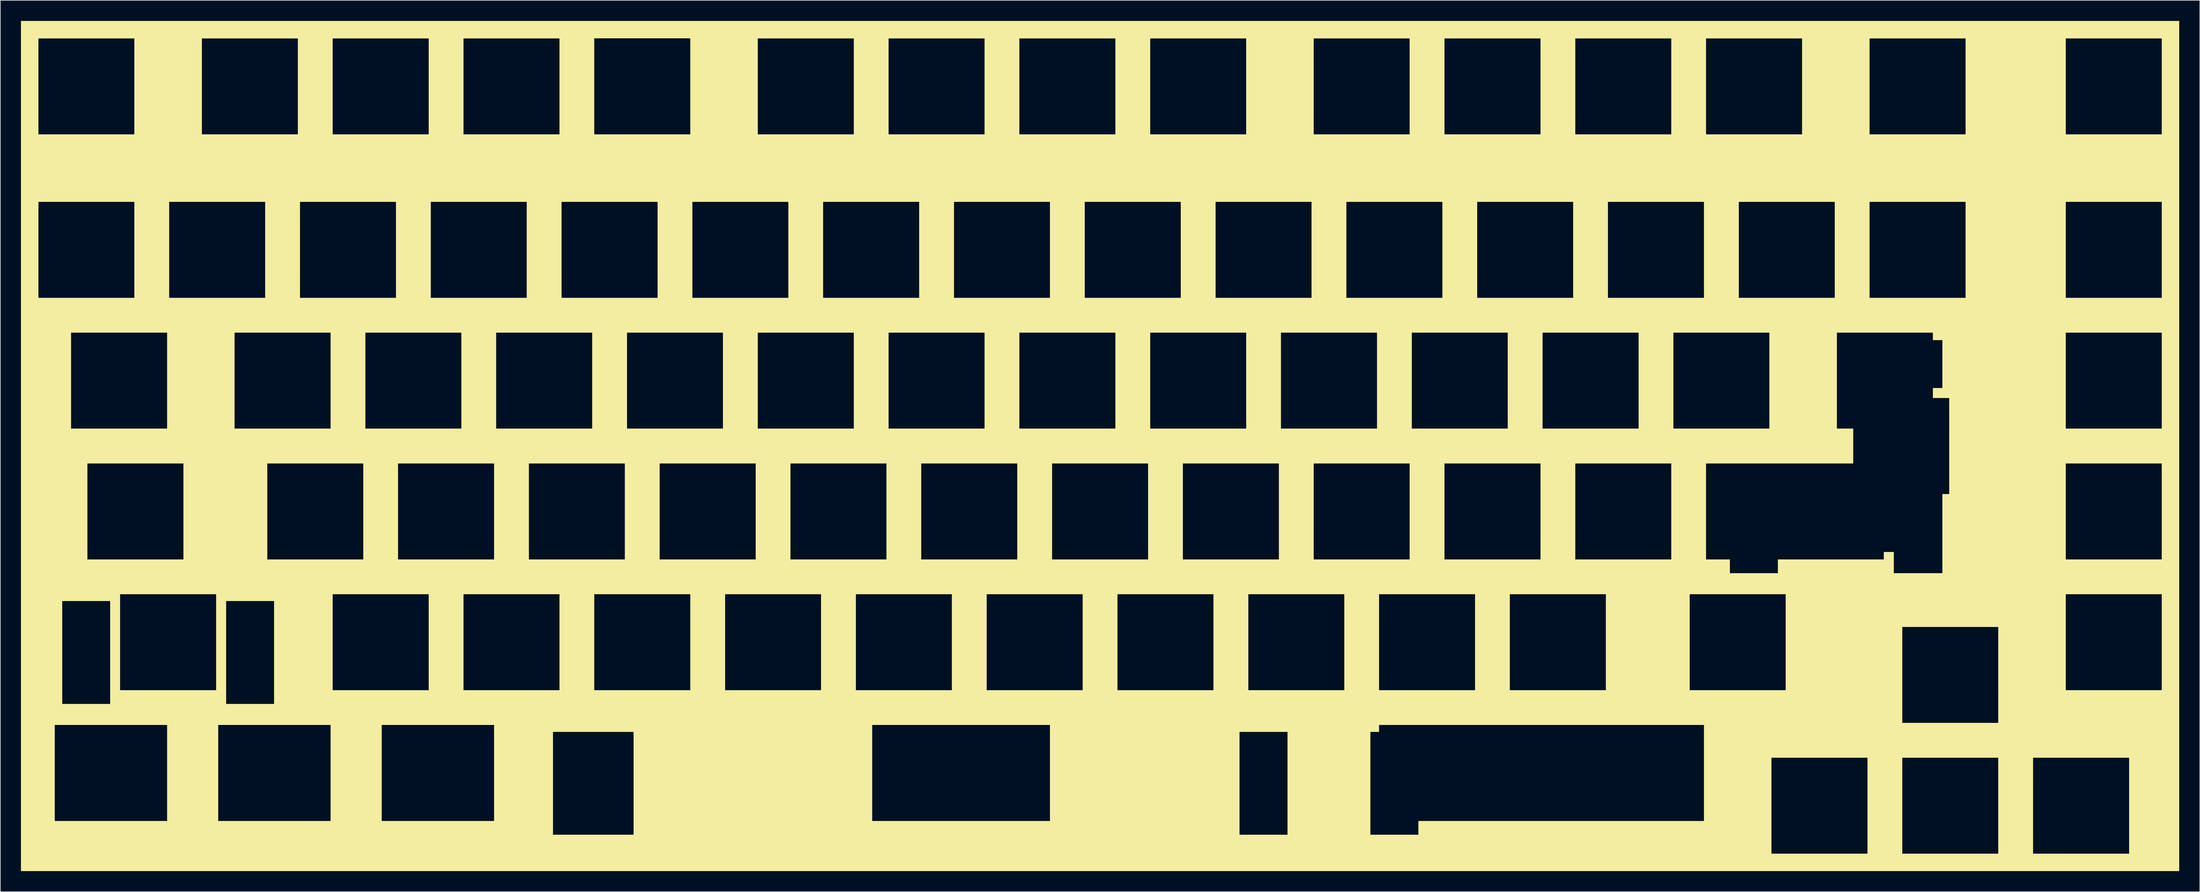
<source format=kicad_pcb>
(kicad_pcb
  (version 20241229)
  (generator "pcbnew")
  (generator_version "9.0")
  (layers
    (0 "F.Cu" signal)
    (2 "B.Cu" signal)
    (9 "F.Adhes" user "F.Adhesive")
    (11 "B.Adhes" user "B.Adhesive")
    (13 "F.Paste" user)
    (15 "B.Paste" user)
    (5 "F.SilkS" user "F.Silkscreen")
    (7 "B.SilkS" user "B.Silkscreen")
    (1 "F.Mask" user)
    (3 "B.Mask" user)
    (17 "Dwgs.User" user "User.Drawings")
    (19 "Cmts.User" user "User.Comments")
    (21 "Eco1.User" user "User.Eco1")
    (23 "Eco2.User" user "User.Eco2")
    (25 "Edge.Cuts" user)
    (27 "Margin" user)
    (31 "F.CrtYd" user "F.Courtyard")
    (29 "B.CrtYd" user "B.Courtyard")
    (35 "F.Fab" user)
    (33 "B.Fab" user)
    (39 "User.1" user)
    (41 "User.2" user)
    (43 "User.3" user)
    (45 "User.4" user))
  (footprint "75"
    (layer "F.Cu")
    (at 157.204 61.933)
    (property "Reference" "75" (at 0 0 0) (layer "F.SilkS") (effects (font (size 1.524 1.524) (thickness 0.3))))
    (attr through_hole)
    (fp_poly (pts (xy 157.21 61.928) (xy -157.199 61.928) (xy -157.199 40.636) (xy -152.285 40.636) (xy -152.285 54.635) (xy -135.907 54.635) (xy -135.907 40.636) (xy -128.467 40.636) (xy -128.467 54.635) (xy -112.089 54.635) (xy -112.089 40.636) (xy -104.649 40.636) (xy -104.649 54.635) (xy -88.271 54.635) (xy -88.271 41.642) (xy -79.7 41.642) (xy -79.7 56.637) (xy -67.953 56.637) (xy -67.953 41.642) (xy -79.7 41.642) (xy -88.271 41.642) (xy -88.271 40.636) (xy -33.196 40.636) (xy -33.196 54.635) (xy -7.293 54.635) (xy -7.293 41.642) (xy 20.318 41.642) (xy 20.318 56.637) (xy 27.318 56.637) (xy 27.318 41.642) (xy 39.378 41.642) (xy 39.378 56.637) (xy 46.378 56.637) (xy 46.378 54.635) (xy 87.988 54.635) (xy 87.988 45.404) (xy 97.807 45.404) (xy 97.807 59.392) (xy 111.806 59.392) (xy 111.806 45.404) (xy 116.867 45.404) (xy 116.867 59.392) (xy 130.856 59.392) (xy 130.856 45.404) (xy 135.917 45.404) (xy 135.917 59.392) (xy 149.917 59.392) (xy 149.917 45.404) (xy 135.917 45.404) (xy 130.856 45.404) (xy 116.867 45.404) (xy 111.806 45.404) (xy 97.807 45.404) (xy 87.988 45.404) (xy 87.988 40.636) (xy 40.646 40.636) (xy 40.646 41.642) (xy 39.378 41.642) (xy 27.318 41.642) (xy 20.318 41.642) (xy -7.293 41.642) (xy -7.293 40.636) (xy -33.196 40.636) (xy -88.271 40.636) (xy -104.649 40.636) (xy -112.089 40.636) (xy -128.467 40.636) (xy -135.907 40.636) (xy -152.285 40.636) (xy -157.199 40.636) (xy -157.199 22.581) (xy -151.195 22.581) (xy -151.195 37.576) (xy -144.206 37.576) (xy -144.206 22.581) (xy -151.195 22.581) (xy -157.199 22.581) (xy -157.199 21.586) (xy -142.76 21.586) (xy -142.76 35.575) (xy -128.76 35.575) (xy -128.76 22.581) (xy -127.314 22.581) (xy -127.314 37.576) (xy -120.325 37.576) (xy -120.325 22.581) (xy -127.314 22.581) (xy -128.76 22.581) (xy -128.76 21.586) (xy -111.796 21.586) (xy -111.796 35.575) (xy -97.796 35.575) (xy -97.796 21.586) (xy -92.735 21.586) (xy -92.735 35.575) (xy -78.746 35.575) (xy -78.746 21.586) (xy -73.685 21.586) (xy -73.685 35.575) (xy -59.686 35.575) (xy -59.686 21.586) (xy -54.625 21.586) (xy -54.625 35.575) (xy -40.636 35.575) (xy -40.636 21.586) (xy -35.575 21.586) (xy -35.575 35.575) (xy -21.586 35.575) (xy -21.586 21.586) (xy -16.514 21.586) (xy -16.514 35.575) (xy -2.525 35.575) (xy -2.525 21.586) (xy 2.536 21.586) (xy 2.536 35.575) (xy 16.525 35.575) (xy 16.525 21.586) (xy 21.596 21.586) (xy 21.596 35.575) (xy 35.585 35.575) (xy 35.585 21.586) (xy 40.646 21.586) (xy 40.646 35.575) (xy 54.635 35.575) (xy 54.635 21.586) (xy 59.696 21.586) (xy 59.696 35.575) (xy 73.696 35.575) (xy 73.696 21.586) (xy 85.903 21.586) (xy 85.903 35.575) (xy 99.892 35.575) (xy 99.892 26.354) (xy 116.867 26.354) (xy 116.867 40.342) (xy 130.856 40.342) (xy 130.856 26.354) (xy 116.867 26.354) (xy 99.892 26.354) (xy 99.892 21.586) (xy 140.685 21.586) (xy 140.685 35.575) (xy 154.674 35.575) (xy 154.674 21.586) (xy 140.685 21.586) (xy 99.892 21.586) (xy 85.903 21.586) (xy 73.696 21.586) (xy 59.696 21.586) (xy 54.635 21.586) (xy 40.646 21.586) (xy 35.585 21.586) (xy 21.596 21.586) (xy 16.525 21.586) (xy 2.536 21.586) (xy -2.525 21.586) (xy -16.514 21.586) (xy -21.586 21.586) (xy -35.575 21.586) (xy -40.636 21.586) (xy -54.625 21.586) (xy -59.686 21.586) (xy -73.685 21.586) (xy -78.746 21.586) (xy -92.735 21.586) (xy -97.796 21.586) (xy -111.796 21.586) (xy -128.76 21.586) (xy -142.76 21.586) (xy -157.199 21.586) (xy -157.199 2.536) (xy -147.527 2.536) (xy -147.527 16.525) (xy -133.528 16.525) (xy -133.528 2.536) (xy -121.321 2.536) (xy -121.321 16.525) (xy -107.332 16.525) (xy -107.332 2.536) (xy -102.271 2.536) (xy -102.271 16.525) (xy -88.271 16.525) (xy -88.271 2.536) (xy -83.21 2.536) (xy -83.21 16.525) (xy -69.221 16.525) (xy -69.221 2.536) (xy -64.16 2.536) (xy -64.16 16.525) (xy -50.161 16.525) (xy -50.161 2.536) (xy -45.1 2.536) (xy -45.1 16.525) (xy -31.111 16.525) (xy -31.111 2.536) (xy -26.05 2.536) (xy -26.05 16.525) (xy -12.05 16.525) (xy -12.05 2.536) (xy -6.989 2.536) (xy -6.989 16.525) (xy 7 16.525) (xy 7 2.536) (xy 12.061 2.536) (xy 12.061 16.525) (xy 26.06 16.525) (xy 26.06 2.536) (xy 31.121 2.536) (xy 31.121 16.525) (xy 45.11 16.525) (xy 45.11 2.536) (xy 50.171 2.536) (xy 50.171 16.525) (xy 64.171 16.525) (xy 64.171 2.536) (xy 69.232 2.536) (xy 69.232 16.525) (xy 83.221 16.525) (xy 83.221 2.536) (xy 88.282 2.536) (xy 88.282 16.525) (xy 91.75 16.525) (xy 91.75 18.526) (xy 98.75 18.526) (xy 98.75 16.525) (xy 114.185 16.525) (xy 114.185 15.435) (xy 115.631 15.435) (xy 115.631 18.526) (xy 122.714 18.526) (xy 122.714 7) (xy 123.71 7) (xy 123.71 2.536) (xy 140.685 2.536) (xy 140.685 16.525) (xy 154.674 16.525) (xy 154.674 2.536) (xy 140.685 2.536) (xy 123.71 2.536) (xy 123.71 -7) (xy 121.331 -7) (xy 121.331 -8.446) (xy 122.714 -8.446) (xy 122.714 -15.435) (xy 121.331 -15.435) (xy 121.331 -16.525) (xy 140.685 -16.525) (xy 140.685 -2.536) (xy 154.674 -2.536) (xy 154.674 -16.525) (xy 140.685 -16.525) (xy 121.331 -16.525) (xy 107.342 -16.525) (xy 107.342 -2.536) (xy 109.721 -2.536) (xy 109.721 2.536) (xy 88.282 2.536) (xy 83.221 2.536) (xy 69.232 2.536) (xy 64.171 2.536) (xy 50.171 2.536) (xy 45.11 2.536) (xy 31.121 2.536) (xy 26.06 2.536) (xy 12.061 2.536) (xy 7 2.536) (xy -6.989 2.536) (xy -12.05 2.536) (xy -26.05 2.536) (xy -31.111 2.536) (xy -45.1 2.536) (xy -50.161 2.536) (xy -64.16 2.536) (xy -69.221 2.536) (xy -83.21 2.536) (xy -88.271 2.536) (xy -102.271 2.536) (xy -107.332 2.536) (xy -121.321 2.536) (xy -133.528 2.536) (xy -147.527 2.536) (xy -157.199 2.536) (xy -157.199 -16.525) (xy -149.906 -16.525) (xy -149.906 -2.536) (xy -135.907 -2.536) (xy -135.907 -16.525) (xy -126.088 -16.525) (xy -126.088 -2.536) (xy -112.089 -2.536) (xy -112.089 -16.525) (xy -107.028 -16.525) (xy -107.028 -2.536) (xy -93.039 -2.536) (xy -93.039 -16.525) (xy -87.978 -16.525) (xy -87.978 -2.536) (xy -73.979 -2.536) (xy -73.979 -16.525) (xy -68.917 -16.525) (xy -68.917 -2.536) (xy -54.929 -2.536) (xy -54.929 -16.525) (xy -49.867 -16.525) (xy -49.867 -2.536) (xy -35.868 -2.536) (xy -35.868 -16.525) (xy -30.807 -16.525) (xy -30.807 -2.536) (xy -16.818 -2.536) (xy -16.818 -16.525) (xy -11.757 -16.525) (xy -11.757 -2.536) (xy 2.242 -2.536) (xy 2.242 -16.525) (xy 7.304 -16.525) (xy 7.304 -2.536) (xy 21.292 -2.536) (xy 21.292 -16.525) (xy 26.354 -16.525) (xy 26.354 -2.536) (xy 40.353 -2.536) (xy 40.353 -16.525) (xy 45.414 -16.525) (xy 45.414 -2.536) (xy 59.403 -2.536) (xy 59.403 -16.525) (xy 64.464 -16.525) (xy 64.464 -2.536) (xy 78.463 -2.536) (xy 78.463 -16.525) (xy 83.525 -16.525) (xy 83.525 -2.536) (xy 97.513 -2.536) (xy 97.513 -16.525) (xy 83.525 -16.525) (xy 78.463 -16.525) (xy 64.464 -16.525) (xy 59.403 -16.525) (xy 45.414 -16.525) (xy 40.353 -16.525) (xy 26.354 -16.525) (xy 21.292 -16.525) (xy 7.304 -16.525) (xy 2.242 -16.525) (xy -11.757 -16.525) (xy -16.818 -16.525) (xy -30.807 -16.525) (xy -35.868 -16.525) (xy -49.867 -16.525) (xy -54.929 -16.525) (xy -68.917 -16.525) (xy -73.979 -16.525) (xy -87.978 -16.525) (xy -93.039 -16.525) (xy -107.028 -16.525) (xy -112.089 -16.525) (xy -126.088 -16.525) (xy -135.907 -16.525) (xy -149.906 -16.525) (xy -157.199 -16.525) (xy -157.199 -35.575) (xy -154.663 -35.575) (xy -154.663 -21.586) (xy -140.675 -21.586) (xy -140.675 -35.575) (xy -135.613 -35.575) (xy -135.613 -21.586) (xy -121.625 -21.586) (xy -121.625 -35.575) (xy -116.553 -35.575) (xy -116.553 -21.586) (xy -102.564 -21.586) (xy -102.564 -35.575) (xy -97.503 -35.575) (xy -97.503 -21.586) (xy -83.514 -21.586) (xy -83.514 -35.575) (xy -78.453 -35.575) (xy -78.453 -21.586) (xy -64.454 -21.586) (xy -64.454 -35.575) (xy -59.392 -35.575) (xy -59.392 -21.586) (xy -45.404 -21.586) (xy -45.404 -35.575) (xy -40.342 -35.575) (xy -40.342 -21.586) (xy -26.343 -21.586) (xy -26.343 -35.575) (xy -21.282 -35.575) (xy -21.282 -21.586) (xy -7.293 -21.586) (xy -7.293 -35.575) (xy -2.232 -35.575) (xy -2.232 -21.586) (xy 11.767 -21.586) (xy 11.767 -35.575) (xy 16.829 -35.575) (xy 16.829 -21.586) (xy 30.817 -21.586) (xy 30.817 -35.575) (xy 35.879 -35.575) (xy 35.879 -21.586) (xy 49.878 -21.586) (xy 49.878 -35.575) (xy 54.939 -35.575) (xy 54.939 -21.586) (xy 68.928 -21.586) (xy 68.928 -35.575) (xy 73.989 -35.575) (xy 73.989 -21.586) (xy 87.988 -21.586) (xy 87.988 -35.575) (xy 93.05 -35.575) (xy 93.05 -21.586) (xy 107.038 -21.586) (xy 107.038 -35.575) (xy 112.1 -35.575) (xy 112.1 -21.586) (xy 126.099 -21.586) (xy 126.099 -35.575) (xy 140.685 -35.575) (xy 140.685 -21.586) (xy 154.674 -21.586) (xy 154.674 -35.575) (xy 140.685 -35.575) (xy 126.099 -35.575) (xy 112.1 -35.575) (xy 107.038 -35.575) (xy 93.05 -35.575) (xy 87.988 -35.575) (xy 73.989 -35.575) (xy 68.928 -35.575) (xy 54.939 -35.575) (xy 49.878 -35.575) (xy 35.879 -35.575) (xy 30.817 -35.575) (xy 16.829 -35.575) (xy 11.767 -35.575) (xy -2.232 -35.575) (xy -7.293 -35.575) (xy -21.282 -35.575) (xy -26.343 -35.575) (xy -40.342 -35.575) (xy -45.404 -35.575) (xy -59.392 -35.575) (xy -64.454 -35.575) (xy -78.453 -35.575) (xy -83.514 -35.575) (xy -97.503 -35.575) (xy -102.564 -35.575) (xy -116.553 -35.575) (xy -121.625 -35.575) (xy -135.613 -35.575) (xy -140.675 -35.575) (xy -154.663 -35.575) (xy -157.199 -35.575) (xy -157.199 -59.392) (xy -154.663 -59.392) (xy -154.663 -45.404) (xy -140.675 -45.404) (xy -140.675 -59.392) (xy -130.846 -59.392) (xy -130.846 -45.404) (xy -116.857 -45.404) (xy -116.857 -59.392) (xy -111.796 -59.392) (xy -111.796 -45.404) (xy -97.796 -45.404) (xy -97.796 -59.392) (xy -92.735 -59.392) (xy -92.735 -45.404) (xy -78.746 -45.404) (xy -78.746 -59.392) (xy -92.735 -59.392) (xy -97.796 -59.392) (xy -111.796 -59.392) (xy -116.857 -59.392) (xy -130.846 -59.392) (xy -140.675 -59.392) (xy -154.663 -59.392) (xy -157.199 -59.392) (xy -157.199 -59.403) (xy -73.685 -59.403) (xy -73.685 -45.404) (xy -59.686 -45.404) (xy -59.686 -59.392) (xy -49.867 -59.392) (xy -49.867 -45.404) (xy -35.868 -45.404) (xy -35.868 -59.392) (xy -30.807 -59.392) (xy -30.807 -45.404) (xy -16.818 -45.404) (xy -16.818 -59.392) (xy -11.757 -59.392) (xy -11.757 -45.404) (xy 2.242 -45.404) (xy 2.242 -59.392) (xy 7.304 -59.392) (xy 7.304 -45.404) (xy 21.292 -45.404) (xy 21.292 -59.392) (xy 31.121 -59.392) (xy 31.121 -45.404) (xy 45.11 -45.404) (xy 45.11 -59.392) (xy 50.171 -59.392) (xy 50.171 -45.404) (xy 64.171 -45.404) (xy 64.171 -59.392) (xy 69.232 -59.392) (xy 69.232 -45.404) (xy 83.221 -45.404) (xy 83.221 -59.392) (xy 88.282 -59.392) (xy 88.282 -45.404) (xy 102.281 -45.404) (xy 102.281 -59.392) (xy 112.1 -59.392) (xy 112.1 -45.404) (xy 126.099 -45.404) (xy 126.099 -59.392) (xy 140.685 -59.392) (xy 140.685 -45.404) (xy 154.674 -45.404) (xy 154.674 -59.392) (xy 140.685 -59.392) (xy 126.099 -59.392) (xy 112.1 -59.392) (xy 102.281 -59.392) (xy 88.282 -59.392) (xy 83.221 -59.392) (xy 69.232 -59.392) (xy 64.171 -59.392) (xy 50.171 -59.392) (xy 45.11 -59.392) (xy 31.121 -59.392) (xy 21.292 -59.392) (xy 7.304 -59.392) (xy 2.242 -59.392) (xy -11.757 -59.392) (xy -16.818 -59.392) (xy -30.807 -59.392) (xy -35.868 -59.392) (xy -49.867 -59.392) (xy -59.686 -59.392) (xy -59.686 -59.403) (xy -73.685 -59.403) (xy -157.199 -59.403) (xy -157.199 -61.928) (xy 157.21 -61.928) (xy 157.21 61.928)) (stroke (width 0.01) (type solid)) (fill yes) (layer "F.SilkS")))
  (gr_rect
    (start -3 -3)
    (end 317.419 126.866)
    (stroke (width 0.1) (type default))
    (fill no)
    (layer "Edge.Cuts")))
</source>
